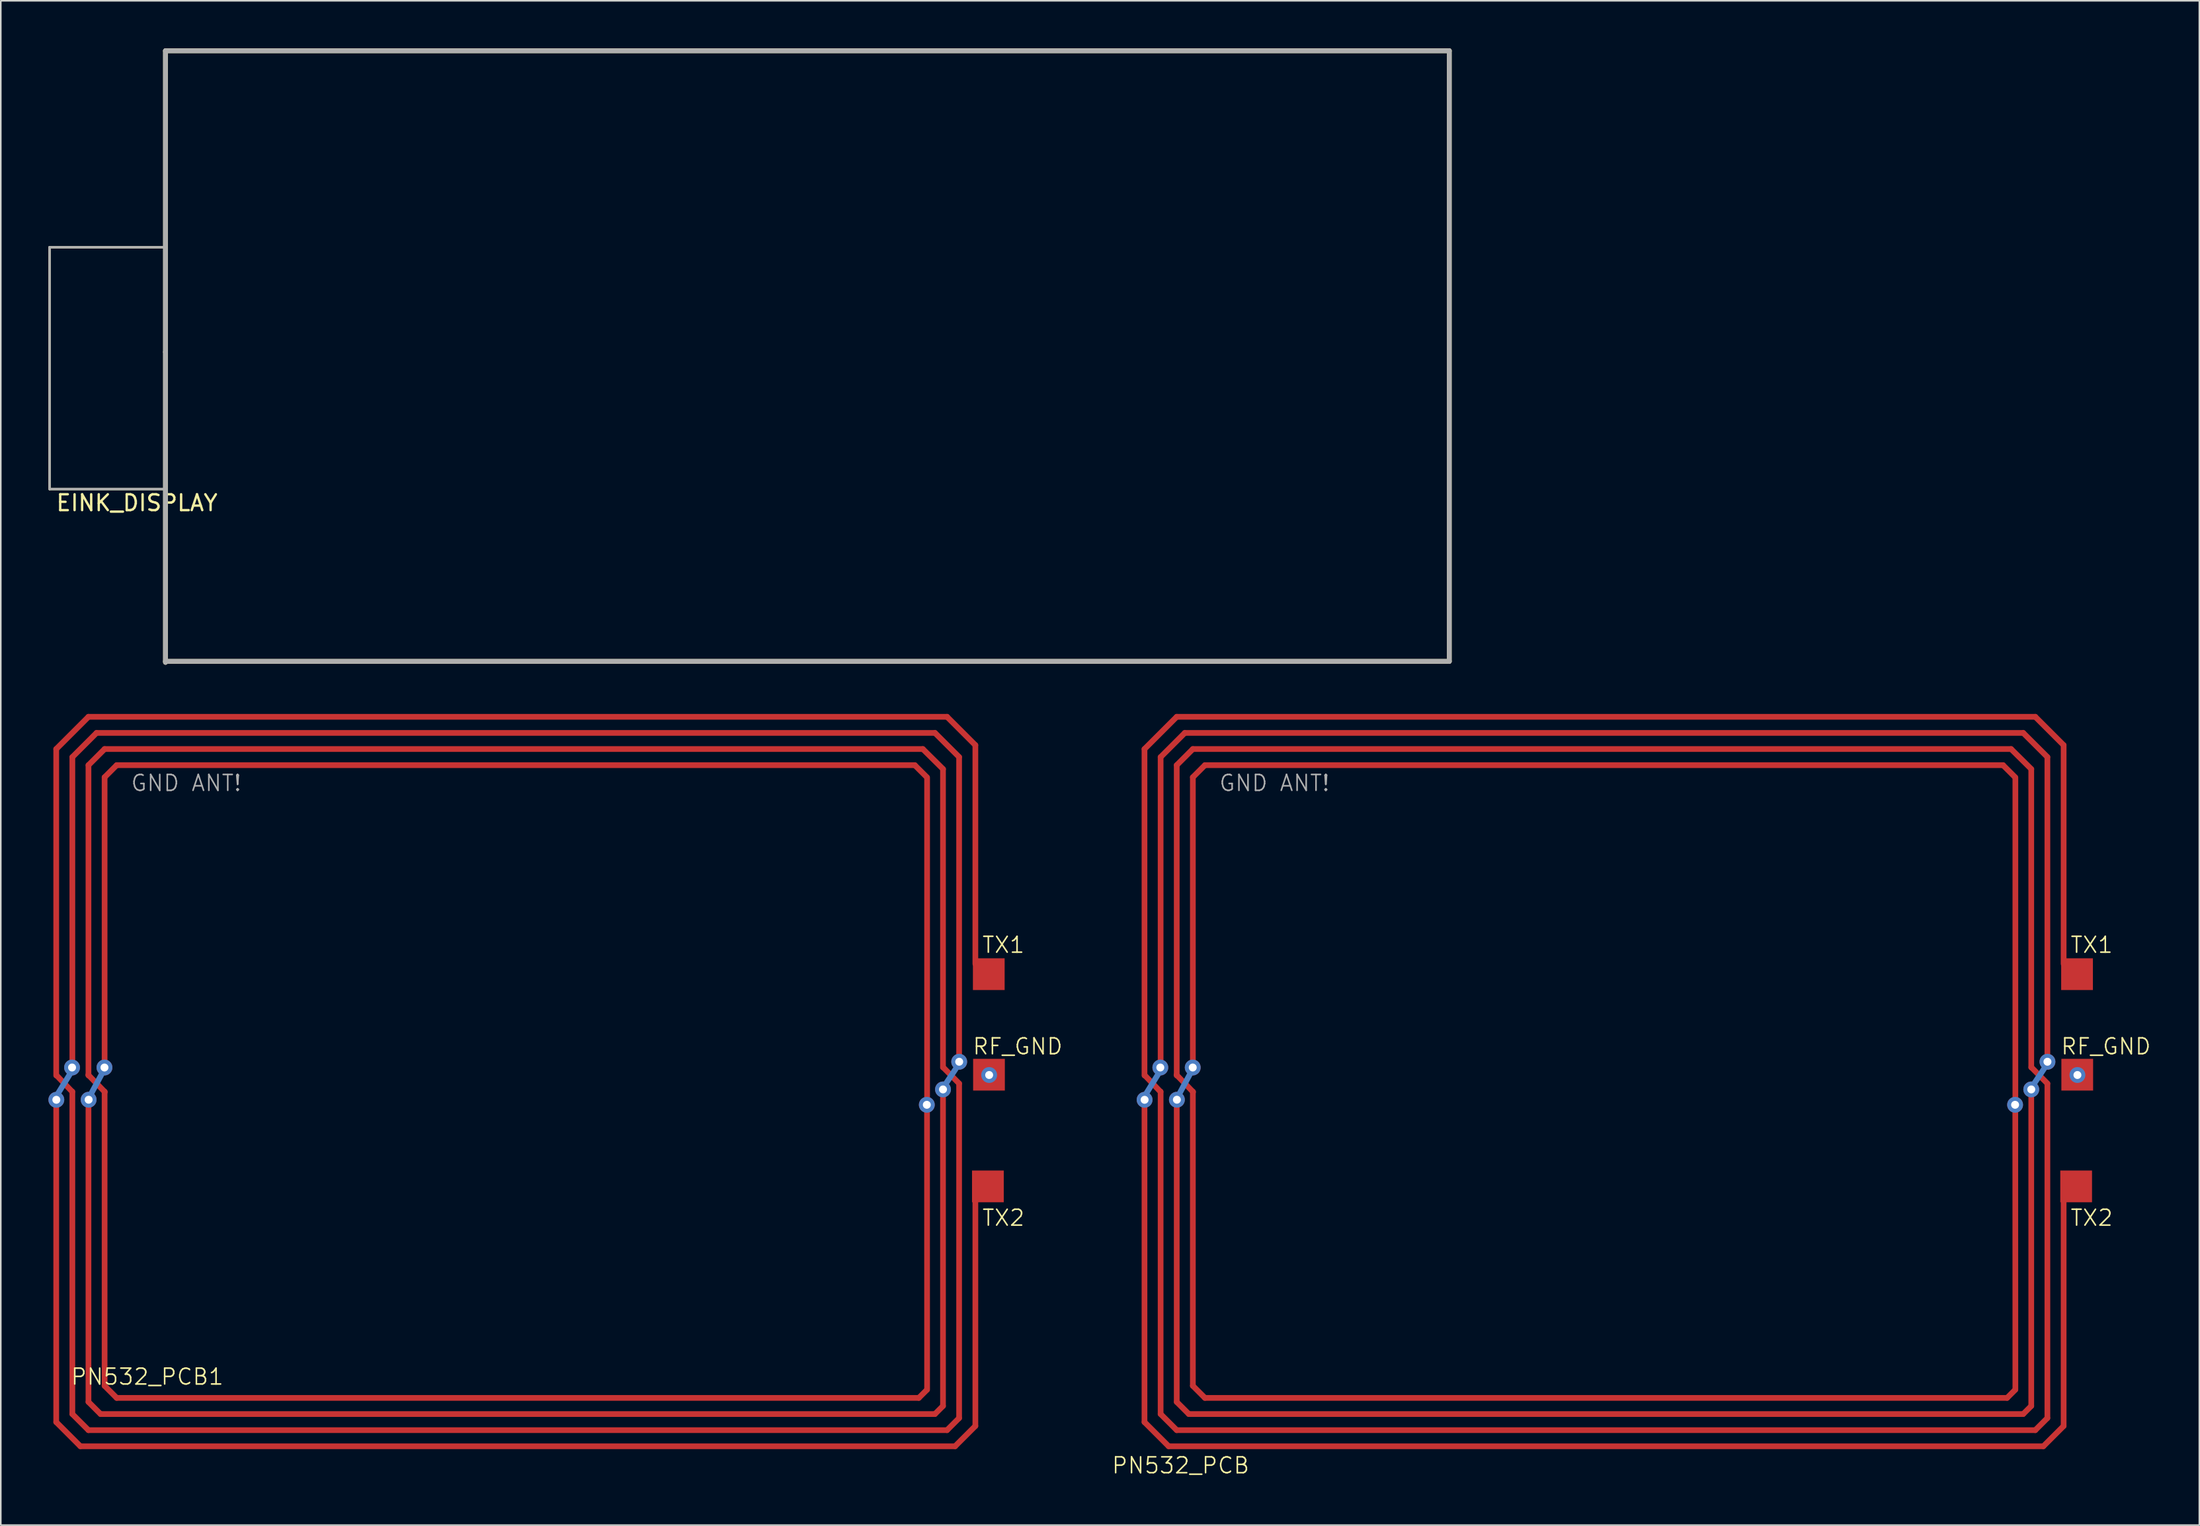
<source format=kicad_pcb>
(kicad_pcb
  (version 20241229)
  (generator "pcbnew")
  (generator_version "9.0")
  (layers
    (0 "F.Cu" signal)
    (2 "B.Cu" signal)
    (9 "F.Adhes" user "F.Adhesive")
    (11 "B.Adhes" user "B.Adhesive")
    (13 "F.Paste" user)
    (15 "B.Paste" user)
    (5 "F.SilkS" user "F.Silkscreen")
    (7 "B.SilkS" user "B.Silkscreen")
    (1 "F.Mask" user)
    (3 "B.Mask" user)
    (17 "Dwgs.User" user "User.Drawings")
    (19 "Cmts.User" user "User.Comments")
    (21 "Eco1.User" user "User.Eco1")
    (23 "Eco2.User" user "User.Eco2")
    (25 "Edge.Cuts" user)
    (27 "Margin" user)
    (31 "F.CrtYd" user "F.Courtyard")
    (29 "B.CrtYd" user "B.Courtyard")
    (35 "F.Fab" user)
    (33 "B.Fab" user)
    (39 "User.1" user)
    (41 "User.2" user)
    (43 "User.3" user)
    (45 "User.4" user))
  (footprint "EINK_DISPLAY"
    (layer "F.Cu")
    (at 7.378 38.694)
    (property "Reference" "EINK_DISPLAY" (at -1.8 -10.05 0) (layer "F.SilkS") (effects (font (size 1 1) (thickness 0.15))))
    (attr through_hole)
    (fp_line (start -7.303 -26.162) (end -7.303 -10.922) (stroke (width 0.15) (type solid)) (layer "F.SilkS"))
    (fp_line (start -7.303 -26.162) (end 0 -26.162) (stroke (width 0.15) (type solid)) (layer "F.SilkS"))
    (fp_line (start -7.303 -10.922) (end 0.064 -10.922) (stroke (width 0.15) (type solid)) (layer "F.SilkS"))
    (fp_line (start 0 -38.544) (end 80.899 -38.544) (stroke (width 0.3) (type solid)) (layer "F.SilkS"))
    (fp_line (start 0 -19.558) (end 0 -38.544) (stroke (width 0.3) (type solid)) (layer "F.SilkS"))
    (fp_line (start 0 -0.064) (end 80.899 -0.064) (stroke (width 0.3) (type solid)) (layer "F.SilkS"))
    (fp_line (start 0 0) (end 0 -19.558) (stroke (width 0.3) (type solid)) (layer "F.SilkS"))
    (fp_line (start 80.899 -0.064) (end 80.899 -38.544) (stroke (width 0.3) (type solid)) (layer "F.SilkS"))
    (fp_line (start -7.303 -26.162) (end -7.303 -10.922) (stroke (width 0.15) (type solid)) (layer "F.Fab"))
    (fp_line (start -7.303 -26.162) (end 0 -26.162) (stroke (width 0.15) (type solid)) (layer "F.Fab"))
    (fp_line (start -7.303 -10.922) (end 0.064 -10.922) (stroke (width 0.15) (type solid)) (layer "F.Fab"))
    (fp_line (start 0 -38.544) (end 80.899 -38.544) (stroke (width 0.3) (type solid)) (layer "F.Fab"))
    (fp_line (start 0 -19.558) (end 0 -38.544) (stroke (width 0.3) (type solid)) (layer "F.Fab"))
    (fp_line (start 0 -0.064) (end 80.899 -0.064) (stroke (width 0.3) (type solid)) (layer "F.Fab"))
    (fp_line (start 0 0) (end 0 -19.558) (stroke (width 0.3) (type solid)) (layer "F.Fab"))
    (fp_line (start 80.899 -0.064) (end 80.899 -38.544) (stroke (width 0.3) (type solid)) (layer "F.Fab")))
  (footprint "PN532_PCB1"
    (layer "F.Cu")
    (at 0.282 88.2)
    (property "Reference" "PN532_PCB1" (at 5.949 -4.486 0) (layer "F.SilkS") (effects (font (size 1 1) (thickness 0.1))))
    (attr through_hole)
    (fp_line (start 0.211 -44.044) (end 2.243 -46.076) (stroke (width 0.36) (type solid)) (layer "F.Cu"))
    (fp_line (start 0.211 -23.47) (end 0.211 -44.044) (stroke (width 0.36) (type solid)) (layer "F.Cu"))
    (fp_line (start 0.211 -21.45) (end 0.211 -1.626) (stroke (width 0.36) (type solid)) (layer "F.Cu"))
    (fp_line (start 0.211 -1.626) (end 1.735 -0.102) (stroke (width 0.36) (type solid)) (layer "F.Cu"))
    (fp_line (start 0.226 -23.485) (end 1.224 -22.441) (stroke (width 0.36) (type solid)) (layer "F.Cu"))
    (fp_line (start 1.227 -43.536) (end 1.227 -24.4) (stroke (width 0.36) (type solid)) (layer "F.Cu"))
    (fp_line (start 1.227 -2.134) (end 1.227 -22.454) (stroke (width 0.36) (type solid)) (layer "F.Cu"))
    (fp_line (start 1.735 -0.102) (end 56.853 -0.102) (stroke (width 0.36) (type solid)) (layer "F.Cu"))
    (fp_line (start 2.23 -23.508) (end 3.274 -22.433) (stroke (width 0.36) (type solid)) (layer "F.Cu"))
    (fp_line (start 2.243 -46.076) (end 56.345 -46.076) (stroke (width 0.36) (type solid)) (layer "F.Cu"))
    (fp_line (start 2.243 -43.028) (end 2.243 -23.47) (stroke (width 0.36) (type solid)) (layer "F.Cu"))
    (fp_line (start 2.243 -2.896) (end 2.243 -21.45) (stroke (width 0.36) (type solid)) (layer "F.Cu"))
    (fp_line (start 2.243 -1.118) (end 1.227 -2.134) (stroke (width 0.36) (type solid)) (layer "F.Cu"))
    (fp_line (start 2.751 -45.06) (end 1.227 -43.536) (stroke (width 0.36) (type solid)) (layer "F.Cu"))
    (fp_line (start 2.751 -45.06) (end 55.583 -45.06) (stroke (width 0.36) (type solid)) (layer "F.Cu"))
    (fp_line (start 3.005 -2.134) (end 2.243 -2.896) (stroke (width 0.36) (type solid)) (layer "F.Cu"))
    (fp_line (start 3.259 -44.044) (end 2.243 -43.028) (stroke (width 0.36) (type solid)) (layer "F.Cu"))
    (fp_line (start 3.259 -44.044) (end 54.821 -44.044) (stroke (width 0.36) (type solid)) (layer "F.Cu"))
    (fp_line (start 3.259 -42.266) (end 4.021 -43.028) (stroke (width 0.36) (type solid)) (layer "F.Cu"))
    (fp_line (start 3.259 -24.4) (end 3.259 -42.266) (stroke (width 0.36) (type solid)) (layer "F.Cu"))
    (fp_line (start 3.259 -22.454) (end 3.259 -3.912) (stroke (width 0.36) (type solid)) (layer "F.Cu"))
    (fp_line (start 3.259 -3.912) (end 4.021 -3.15) (stroke (width 0.36) (type solid)) (layer "F.Cu"))
    (fp_line (start 4.021 -43.028) (end 54.313 -43.028) (stroke (width 0.36) (type solid)) (layer "F.Cu"))
    (fp_line (start 4.021 -3.15) (end 54.567 -3.15) (stroke (width 0.36) (type solid)) (layer "F.Cu"))
    (fp_line (start 54.567 -3.15) (end 55.075 -3.658) (stroke (width 0.36) (type solid)) (layer "F.Cu"))
    (fp_line (start 55.072 -42.271) (end 54.313 -43.028) (stroke (width 0.36) (type solid)) (layer "F.Cu"))
    (fp_line (start 55.09 -42.245) (end 55.09 -22.1) (stroke (width 0.36) (type solid)) (layer "F.Cu"))
    (fp_line (start 55.09 -3.673) (end 55.085 -21.19) (stroke (width 0.36) (type solid)) (layer "F.Cu"))
    (fp_line (start 55.583 -2.134) (end 3.005 -2.134) (stroke (width 0.36) (type solid)) (layer "F.Cu"))
    (fp_line (start 56.091 -42.774) (end 56.091 -23.978) (stroke (width 0.36) (type solid)) (layer "F.Cu"))
    (fp_line (start 56.091 -22.1) (end 56.091 -2.642) (stroke (width 0.36) (type solid)) (layer "F.Cu"))
    (fp_line (start 56.091 -2.642) (end 55.583 -2.134) (stroke (width 0.36) (type solid)) (layer "F.Cu"))
    (fp_line (start 56.096 -42.781) (end 54.821 -44.044) (stroke (width 0.36) (type solid)) (layer "F.Cu"))
    (fp_line (start 56.096 -23.988) (end 57.109 -22.964) (stroke (width 0.36) (type solid)) (layer "F.Cu"))
    (fp_line (start 56.345 -46.076) (end 58.131 -44.29) (stroke (width 0.36) (type solid)) (layer "F.Cu"))
    (fp_line (start 56.345 -1.118) (end 2.243 -1.118) (stroke (width 0.36) (type solid)) (layer "F.Cu"))
    (fp_line (start 56.853 -0.102) (end 58.131 -1.38) (stroke (width 0.36) (type solid)) (layer "F.Cu"))
    (fp_line (start 57.107 -43.536) (end 57.107 -24.8) (stroke (width 0.36) (type solid)) (layer "F.Cu"))
    (fp_line (start 57.107 -22.962) (end 57.107 -1.88) (stroke (width 0.36) (type solid)) (layer "F.Cu"))
    (fp_line (start 57.107 -1.88) (end 56.345 -1.118) (stroke (width 0.36) (type solid)) (layer "F.Cu"))
    (fp_line (start 57.107 -43.541) (end 55.585 -45.06) (stroke (width 0.36) (type solid)) (layer "F.Cu"))
    (fp_line (start 58.131 -44.29) (end 58.131 -30.5) (stroke (width 0.36) (type solid)) (layer "F.Cu"))
    (fp_line (start 58.131 -1.38) (end 58.131 -15.6) (stroke (width 0.36) (type solid)) (layer "F.Cu"))
    (fp_line (start 0.3 -22.3) (end 1.1 -23.6) (stroke (width 0.36) (type solid)) (layer "B.Cu"))
    (fp_line (start 2.4 -22.3) (end 3.1 -23.6) (stroke (width 0.36) (type solid)) (layer "B.Cu"))
    (fp_line (start 56.3 -23) (end 56.9 -23.9) (stroke (width 0.36) (type solid)) (layer "B.Cu"))
    (fp_text user "RF_GND" (at 60.8 -25.3 0) (layer "F.SilkS") (effects (font (size 1 1) (thickness 0.1))))
    (fp_text user "TX2" (at 59.9 -14.5 0) (layer "F.SilkS") (effects (font (size 1 1) (thickness 0.1))))
    (fp_text user "TX1" (at 59.9 -31.7 0) (layer "F.SilkS") (effects (font (size 1 1) (thickness 0.1))))
    (fp_text user "GND ANT!" (at 8.4 -41.9 0) (layer "F.Fab") (effects (font (size 1 1) (thickness 0.1))))
    (pad "" thru_hole circle (at 0.218 -21.938) (size 1 1) (drill 0.5) (layers "*.Cu" "*.Mask"))
    (pad "" thru_hole circle (at 1.209 -23.973) (size 1 1) (drill 0.5) (layers "*.Cu" "*.Mask"))
    (pad "" thru_hole circle (at 2.253 -21.943) (size 1 1) (drill 0.5) (layers "*.Cu" "*.Mask"))
    (pad "" thru_hole circle (at 3.251 -23.973) (size 1 1) (drill 0.5) (layers "*.Cu" "*.Mask"))
    (pad "" thru_hole circle (at 55.072 -21.623) (size 1 1) (drill 0.5) (layers "*.Cu" "*.Mask"))
    (pad "" thru_hole circle (at 56.091 -22.591) (size 1 1) (drill 0.5) (layers "*.Cu" "*.Mask"))
    (pad "" thru_hole circle (at 57.112 -24.336) (size 1 1) (drill 0.5) (layers "*.Cu" "*.Mask"))
    (pad "" thru_hole circle (at 59 -23.5) (size 1 1) (drill 0.5) (layers "*.Cu" "*.Mask"))
    (pad "1" smd rect (at 58.976 -29.855) (size 2 2) (layers "F.Cu" "F.Mask" "F.Paste"))
    (pad "2" smd rect (at 58.989 -23.52) (size 2 2) (layers "F.Cu" "F.Mask" "F.Paste"))
    (pad "3" smd rect (at 58.92 -16.48) (size 2 2) (layers "F.Cu" "F.Mask" "F.Paste")))
  (footprint "PN532_PCB"
    (layer "F.Cu")
    (at 68.859 88.2)
    (property "Reference" "PN532_PCB" (at 2.489 1.105 0) (layer "F.SilkS") (effects (font (size 1 1) (thickness 0.1))))
    (attr through_hole)
    (fp_line (start 0.211 -44.044) (end 2.243 -46.076) (stroke (width 0.36) (type solid)) (layer "F.Cu"))
    (fp_line (start 0.211 -23.47) (end 0.211 -44.044) (stroke (width 0.36) (type solid)) (layer "F.Cu"))
    (fp_line (start 0.211 -21.45) (end 0.211 -1.626) (stroke (width 0.36) (type solid)) (layer "F.Cu"))
    (fp_line (start 0.211 -1.626) (end 1.735 -0.102) (stroke (width 0.36) (type solid)) (layer "F.Cu"))
    (fp_line (start 0.226 -23.485) (end 1.224 -22.441) (stroke (width 0.36) (type solid)) (layer "F.Cu"))
    (fp_line (start 1.227 -43.536) (end 1.227 -24.4) (stroke (width 0.36) (type solid)) (layer "F.Cu"))
    (fp_line (start 1.227 -2.134) (end 1.227 -22.454) (stroke (width 0.36) (type solid)) (layer "F.Cu"))
    (fp_line (start 1.735 -0.102) (end 56.853 -0.102) (stroke (width 0.36) (type solid)) (layer "F.Cu"))
    (fp_line (start 2.23 -23.508) (end 3.274 -22.433) (stroke (width 0.36) (type solid)) (layer "F.Cu"))
    (fp_line (start 2.243 -46.076) (end 56.345 -46.076) (stroke (width 0.36) (type solid)) (layer "F.Cu"))
    (fp_line (start 2.243 -43.028) (end 2.243 -23.47) (stroke (width 0.36) (type solid)) (layer "F.Cu"))
    (fp_line (start 2.243 -2.896) (end 2.243 -21.45) (stroke (width 0.36) (type solid)) (layer "F.Cu"))
    (fp_line (start 2.243 -1.118) (end 1.227 -2.134) (stroke (width 0.36) (type solid)) (layer "F.Cu"))
    (fp_line (start 2.751 -45.06) (end 1.227 -43.536) (stroke (width 0.36) (type solid)) (layer "F.Cu"))
    (fp_line (start 2.751 -45.06) (end 55.583 -45.06) (stroke (width 0.36) (type solid)) (layer "F.Cu"))
    (fp_line (start 3.005 -2.134) (end 2.243 -2.896) (stroke (width 0.36) (type solid)) (layer "F.Cu"))
    (fp_line (start 3.259 -44.044) (end 2.243 -43.028) (stroke (width 0.36) (type solid)) (layer "F.Cu"))
    (fp_line (start 3.259 -44.044) (end 54.821 -44.044) (stroke (width 0.36) (type solid)) (layer "F.Cu"))
    (fp_line (start 3.259 -42.266) (end 4.021 -43.028) (stroke (width 0.36) (type solid)) (layer "F.Cu"))
    (fp_line (start 3.259 -24.4) (end 3.259 -42.266) (stroke (width 0.36) (type solid)) (layer "F.Cu"))
    (fp_line (start 3.259 -22.454) (end 3.259 -3.912) (stroke (width 0.36) (type solid)) (layer "F.Cu"))
    (fp_line (start 3.259 -3.912) (end 4.021 -3.15) (stroke (width 0.36) (type solid)) (layer "F.Cu"))
    (fp_line (start 4.021 -43.028) (end 54.313 -43.028) (stroke (width 0.36) (type solid)) (layer "F.Cu"))
    (fp_line (start 4.021 -3.15) (end 54.567 -3.15) (stroke (width 0.36) (type solid)) (layer "F.Cu"))
    (fp_line (start 54.567 -3.15) (end 55.075 -3.658) (stroke (width 0.36) (type solid)) (layer "F.Cu"))
    (fp_line (start 55.072 -42.271) (end 54.313 -43.028) (stroke (width 0.36) (type solid)) (layer "F.Cu"))
    (fp_line (start 55.09 -42.245) (end 55.09 -22.1) (stroke (width 0.36) (type solid)) (layer "F.Cu"))
    (fp_line (start 55.09 -3.673) (end 55.085 -21.19) (stroke (width 0.36) (type solid)) (layer "F.Cu"))
    (fp_line (start 55.583 -2.134) (end 3.005 -2.134) (stroke (width 0.36) (type solid)) (layer "F.Cu"))
    (fp_line (start 56.091 -42.774) (end 56.091 -23.978) (stroke (width 0.36) (type solid)) (layer "F.Cu"))
    (fp_line (start 56.091 -22.1) (end 56.091 -2.642) (stroke (width 0.36) (type solid)) (layer "F.Cu"))
    (fp_line (start 56.091 -2.642) (end 55.583 -2.134) (stroke (width 0.36) (type solid)) (layer "F.Cu"))
    (fp_line (start 56.096 -42.781) (end 54.821 -44.044) (stroke (width 0.36) (type solid)) (layer "F.Cu"))
    (fp_line (start 56.096 -23.988) (end 57.109 -22.964) (stroke (width 0.36) (type solid)) (layer "F.Cu"))
    (fp_line (start 56.345 -46.076) (end 58.131 -44.29) (stroke (width 0.36) (type solid)) (layer "F.Cu"))
    (fp_line (start 56.345 -1.118) (end 2.243 -1.118) (stroke (width 0.36) (type solid)) (layer "F.Cu"))
    (fp_line (start 56.853 -0.102) (end 58.131 -1.38) (stroke (width 0.36) (type solid)) (layer "F.Cu"))
    (fp_line (start 57.107 -43.536) (end 57.107 -24.8) (stroke (width 0.36) (type solid)) (layer "F.Cu"))
    (fp_line (start 57.107 -22.962) (end 57.107 -1.88) (stroke (width 0.36) (type solid)) (layer "F.Cu"))
    (fp_line (start 57.107 -1.88) (end 56.345 -1.118) (stroke (width 0.36) (type solid)) (layer "F.Cu"))
    (fp_line (start 57.107 -43.541) (end 55.585 -45.06) (stroke (width 0.36) (type solid)) (layer "F.Cu"))
    (fp_line (start 58.131 -44.29) (end 58.131 -30.5) (stroke (width 0.36) (type solid)) (layer "F.Cu"))
    (fp_line (start 58.131 -1.38) (end 58.131 -15.6) (stroke (width 0.36) (type solid)) (layer "F.Cu"))
    (fp_line (start 0.3 -22.3) (end 1.1 -23.6) (stroke (width 0.36) (type solid)) (layer "B.Cu"))
    (fp_line (start 2.4 -22.3) (end 3.1 -23.6) (stroke (width 0.36) (type solid)) (layer "B.Cu"))
    (fp_line (start 56.3 -23) (end 56.9 -23.9) (stroke (width 0.36) (type solid)) (layer "B.Cu"))
    (fp_text user "RF_GND" (at 60.8 -25.3 0) (layer "F.SilkS") (effects (font (size 1 1) (thickness 0.1))))
    (fp_text user "TX1" (at 59.9 -31.7 0) (layer "F.SilkS") (effects (font (size 1 1) (thickness 0.1))))
    (fp_text user "TX2" (at 59.9 -14.5 0) (layer "F.SilkS") (effects (font (size 1 1) (thickness 0.1))))
    (fp_text user "GND ANT!" (at 8.4 -41.9 0) (layer "F.Fab") (effects (font (size 1 1) (thickness 0.1))))
    (pad "" thru_hole circle (at 0.218 -21.938) (size 1 1) (drill 0.5) (layers "*.Cu" "*.Mask"))
    (pad "" thru_hole circle (at 1.209 -23.973) (size 1 1) (drill 0.5) (layers "*.Cu" "*.Mask"))
    (pad "" thru_hole circle (at 2.253 -21.943) (size 1 1) (drill 0.5) (layers "*.Cu" "*.Mask"))
    (pad "" thru_hole circle (at 3.251 -23.973) (size 1 1) (drill 0.5) (layers "*.Cu" "*.Mask"))
    (pad "" thru_hole circle (at 55.072 -21.623) (size 1 1) (drill 0.5) (layers "*.Cu" "*.Mask"))
    (pad "" thru_hole circle (at 56.091 -22.591) (size 1 1) (drill 0.5) (layers "*.Cu" "*.Mask"))
    (pad "" thru_hole circle (at 57.112 -24.336) (size 1 1) (drill 0.5) (layers "*.Cu" "*.Mask"))
    (pad "" thru_hole circle (at 59 -23.5) (size 1 1) (drill 0.5) (layers "*.Cu" "*.Mask"))
    (pad "1" smd rect (at 58.976 -29.855) (size 2 2) (layers "F.Cu" "F.Mask" "F.Paste"))
    (pad "2" smd rect (at 58.989 -23.52) (size 2 2) (layers "F.Cu" "F.Mask" "F.Paste"))
    (pad "3" smd rect (at 58.92 -16.48) (size 2 2) (layers "F.Cu" "F.Mask" "F.Paste")))
  (gr_rect
    (start -3 -3)
    (end 135.542 93.066)
    (stroke (width 0.1) (type default))
    (fill no)
    (layer "Edge.Cuts")))
</source>
